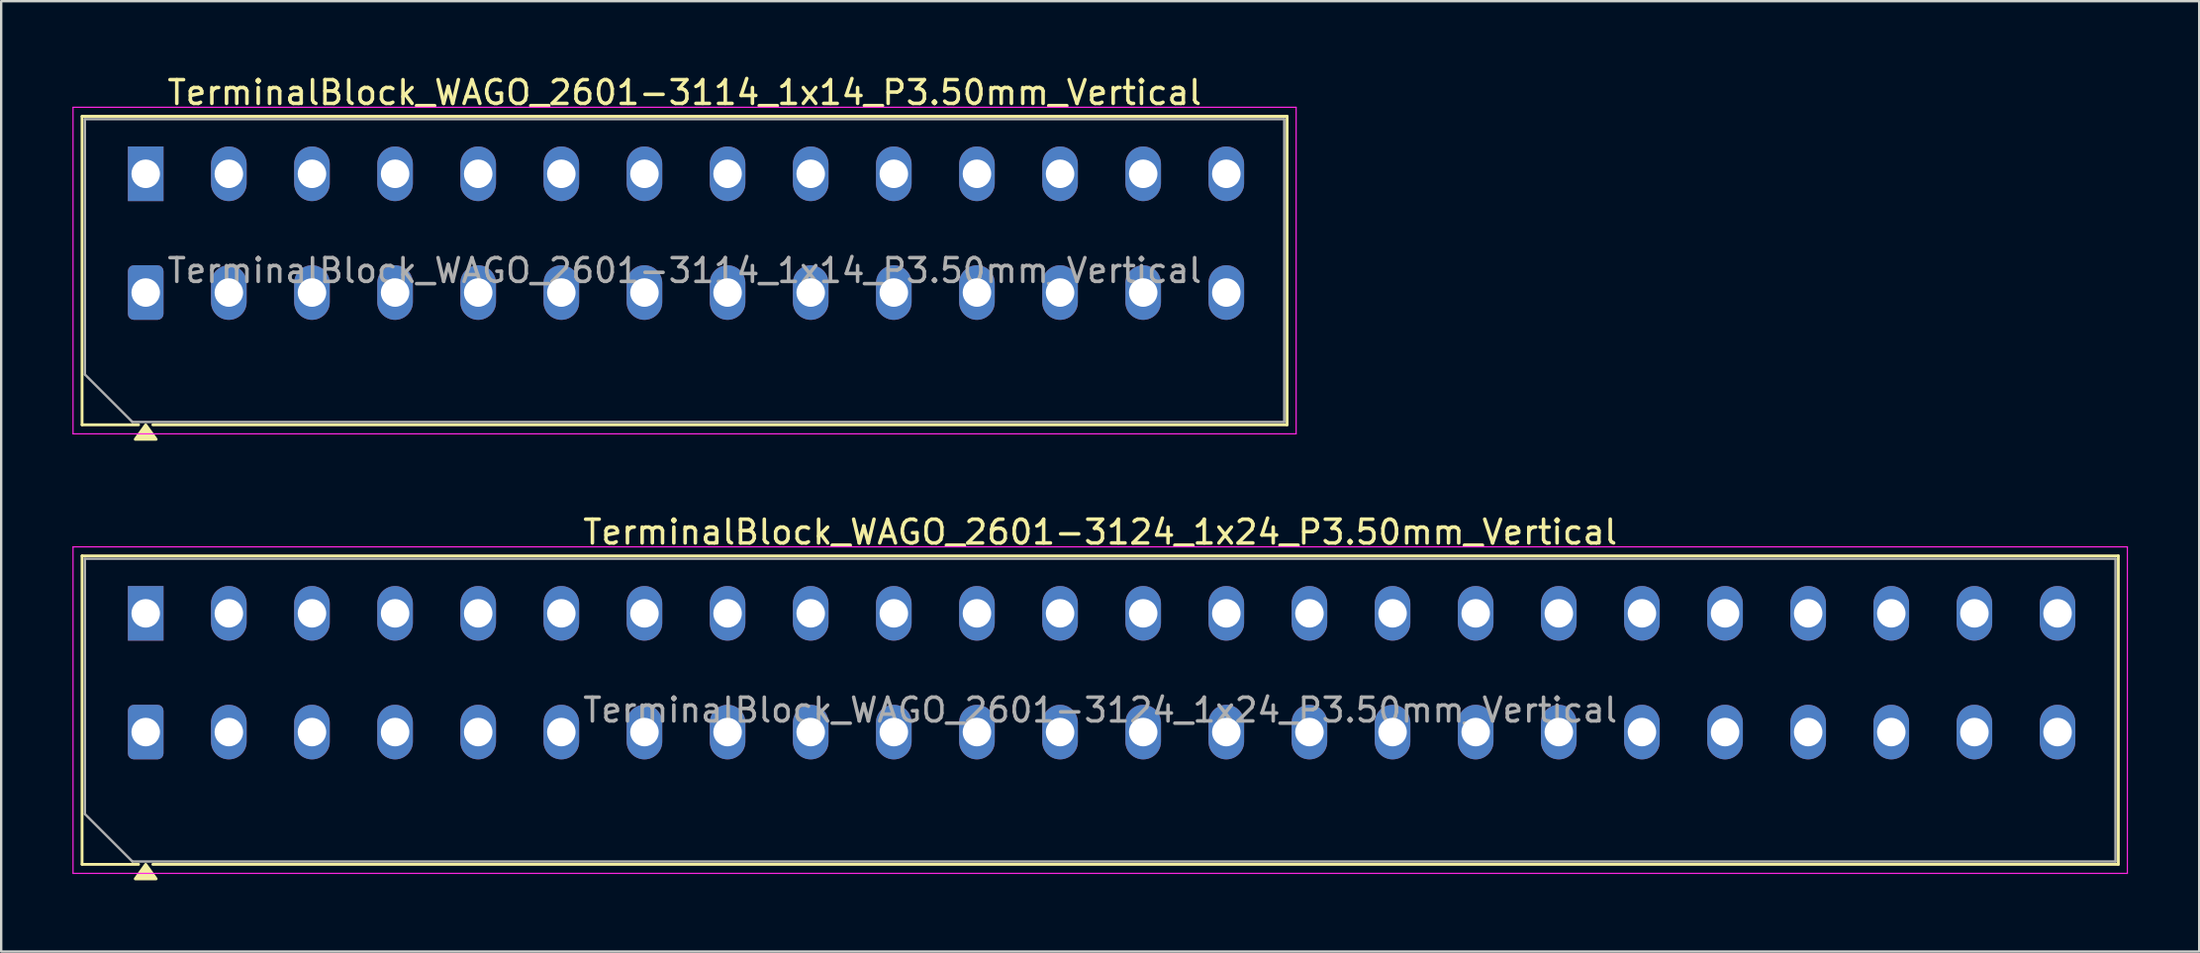
<source format=kicad_pcb>
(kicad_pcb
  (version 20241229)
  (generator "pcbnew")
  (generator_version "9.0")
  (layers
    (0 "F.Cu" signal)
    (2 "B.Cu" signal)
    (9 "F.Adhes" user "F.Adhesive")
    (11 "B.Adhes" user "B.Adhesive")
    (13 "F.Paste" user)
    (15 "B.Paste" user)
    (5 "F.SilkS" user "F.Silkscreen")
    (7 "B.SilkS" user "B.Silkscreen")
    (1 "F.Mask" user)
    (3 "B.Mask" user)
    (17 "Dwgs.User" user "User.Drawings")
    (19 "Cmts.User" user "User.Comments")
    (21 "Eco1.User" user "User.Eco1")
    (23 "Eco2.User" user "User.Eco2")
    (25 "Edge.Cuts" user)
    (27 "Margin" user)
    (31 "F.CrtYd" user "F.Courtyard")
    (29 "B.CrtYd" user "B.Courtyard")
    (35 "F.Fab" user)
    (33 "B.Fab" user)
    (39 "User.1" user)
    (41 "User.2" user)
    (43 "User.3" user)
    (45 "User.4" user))
  (footprint "TerminalBlock_WAGO_2601-3124_1x24_P3.50mm_Vertical"
    (layer "F.Cu")
    (at 3.085 27.776)
    (property "Reference" "TerminalBlock_WAGO_2601-3124_1x24_P3.50mm_Vertical" (at 40.19 -8.42 0) (layer "F.SilkS") (effects (font (size 1 1) (thickness 0.15))))
    (attr through_hole)
    (fp_line (start -2.68 -7.42) (end 83.06 -7.42) (stroke (width 0.12) (type solid)) (layer "F.SilkS"))
    (fp_line (start -2.68 5.57) (end -2.68 -7.42) (stroke (width 0.12) (type solid)) (layer "F.SilkS"))
    (fp_line (start -0.3 5.57) (end -2.68 5.57) (stroke (width 0.12) (type solid)) (layer "F.SilkS"))
    (fp_line (start 83.06 -7.42) (end 83.06 5.57) (stroke (width 0.12) (type solid)) (layer "F.SilkS"))
    (fp_line (start 83.06 5.57) (end 0.3 5.57) (stroke (width 0.12) (type solid)) (layer "F.SilkS"))
    (fp_poly (pts (xy 0 5.57) (xy 0.44 6.18) (xy -0.44 6.18)) (stroke (width 0.12) (type solid)) (fill yes) (layer "F.SilkS"))
    (fp_line (start -3.06 -7.8) (end -3.06 5.95) (stroke (width 0.05) (type solid)) (layer "F.CrtYd"))
    (fp_line (start -3.06 5.95) (end 83.44 5.95) (stroke (width 0.05) (type solid)) (layer "F.CrtYd"))
    (fp_line (start 83.44 -7.8) (end -3.06 -7.8) (stroke (width 0.05) (type solid)) (layer "F.CrtYd"))
    (fp_line (start 83.44 5.95) (end 83.44 -7.8) (stroke (width 0.05) (type solid)) (layer "F.CrtYd"))
    (fp_line (start -2.56 -7.3) (end 82.94 -7.3) (stroke (width 0.1) (type solid)) (layer "F.Fab"))
    (fp_line (start -2.56 3.45) (end -2.56 -7.3) (stroke (width 0.1) (type solid)) (layer "F.Fab"))
    (fp_line (start -0.56 5.45) (end -2.56 3.45) (stroke (width 0.1) (type solid)) (layer "F.Fab"))
    (fp_line (start 82.94 -7.3) (end 82.94 5.45) (stroke (width 0.1) (type solid)) (layer "F.Fab"))
    (fp_line (start 82.94 5.45) (end -0.56 5.45) (stroke (width 0.1) (type solid)) (layer "F.Fab"))
    (fp_text user "${REFERENCE}" (at 40.19 -0.925 0) (layer "F.Fab") (effects (font (size 1 1) (thickness 0.15))))
    (pad "1" thru_hole rect (at 0 -5) (size 1.5 2.3) (drill 1.2) (layers "*.Cu" "*.Mask"))
    (pad "1" thru_hole roundrect (at 0 0) (size 1.5 2.3) (drill 1.2) (layers "*.Cu" "*.Mask") (roundrect_rratio 0.167))
    (pad "2" thru_hole oval (at 3.5 -5) (size 1.5 2.3) (drill 1.2) (layers "*.Cu" "*.Mask"))
    (pad "2" thru_hole oval (at 3.5 0) (size 1.5 2.3) (drill 1.2) (layers "*.Cu" "*.Mask"))
    (pad "3" thru_hole oval (at 7 -5) (size 1.5 2.3) (drill 1.2) (layers "*.Cu" "*.Mask"))
    (pad "3" thru_hole oval (at 7 0) (size 1.5 2.3) (drill 1.2) (layers "*.Cu" "*.Mask"))
    (pad "4" thru_hole oval (at 10.5 -5) (size 1.5 2.3) (drill 1.2) (layers "*.Cu" "*.Mask"))
    (pad "4" thru_hole oval (at 10.5 0) (size 1.5 2.3) (drill 1.2) (layers "*.Cu" "*.Mask"))
    (pad "5" thru_hole oval (at 14 -5) (size 1.5 2.3) (drill 1.2) (layers "*.Cu" "*.Mask"))
    (pad "5" thru_hole oval (at 14 0) (size 1.5 2.3) (drill 1.2) (layers "*.Cu" "*.Mask"))
    (pad "6" thru_hole oval (at 17.5 -5) (size 1.5 2.3) (drill 1.2) (layers "*.Cu" "*.Mask"))
    (pad "6" thru_hole oval (at 17.5 0) (size 1.5 2.3) (drill 1.2) (layers "*.Cu" "*.Mask"))
    (pad "7" thru_hole oval (at 21 -5) (size 1.5 2.3) (drill 1.2) (layers "*.Cu" "*.Mask"))
    (pad "7" thru_hole oval (at 21 0) (size 1.5 2.3) (drill 1.2) (layers "*.Cu" "*.Mask"))
    (pad "8" thru_hole oval (at 24.5 -5) (size 1.5 2.3) (drill 1.2) (layers "*.Cu" "*.Mask"))
    (pad "8" thru_hole oval (at 24.5 0) (size 1.5 2.3) (drill 1.2) (layers "*.Cu" "*.Mask"))
    (pad "9" thru_hole oval (at 28 -5) (size 1.5 2.3) (drill 1.2) (layers "*.Cu" "*.Mask"))
    (pad "9" thru_hole oval (at 28 0) (size 1.5 2.3) (drill 1.2) (layers "*.Cu" "*.Mask"))
    (pad "10" thru_hole oval (at 31.5 -5) (size 1.5 2.3) (drill 1.2) (layers "*.Cu" "*.Mask"))
    (pad "10" thru_hole oval (at 31.5 0) (size 1.5 2.3) (drill 1.2) (layers "*.Cu" "*.Mask"))
    (pad "11" thru_hole oval (at 35 -5) (size 1.5 2.3) (drill 1.2) (layers "*.Cu" "*.Mask"))
    (pad "11" thru_hole oval (at 35 0) (size 1.5 2.3) (drill 1.2) (layers "*.Cu" "*.Mask"))
    (pad "12" thru_hole oval (at 38.5 -5) (size 1.5 2.3) (drill 1.2) (layers "*.Cu" "*.Mask"))
    (pad "12" thru_hole oval (at 38.5 0) (size 1.5 2.3) (drill 1.2) (layers "*.Cu" "*.Mask"))
    (pad "13" thru_hole oval (at 42 -5) (size 1.5 2.3) (drill 1.2) (layers "*.Cu" "*.Mask"))
    (pad "13" thru_hole oval (at 42 0) (size 1.5 2.3) (drill 1.2) (layers "*.Cu" "*.Mask"))
    (pad "14" thru_hole oval (at 45.5 -5) (size 1.5 2.3) (drill 1.2) (layers "*.Cu" "*.Mask"))
    (pad "14" thru_hole oval (at 45.5 0) (size 1.5 2.3) (drill 1.2) (layers "*.Cu" "*.Mask"))
    (pad "15" thru_hole oval (at 49 -5) (size 1.5 2.3) (drill 1.2) (layers "*.Cu" "*.Mask"))
    (pad "15" thru_hole oval (at 49 0) (size 1.5 2.3) (drill 1.2) (layers "*.Cu" "*.Mask"))
    (pad "16" thru_hole oval (at 52.5 -5) (size 1.5 2.3) (drill 1.2) (layers "*.Cu" "*.Mask"))
    (pad "16" thru_hole oval (at 52.5 0) (size 1.5 2.3) (drill 1.2) (layers "*.Cu" "*.Mask"))
    (pad "17" thru_hole oval (at 56 -5) (size 1.5 2.3) (drill 1.2) (layers "*.Cu" "*.Mask"))
    (pad "17" thru_hole oval (at 56 0) (size 1.5 2.3) (drill 1.2) (layers "*.Cu" "*.Mask"))
    (pad "18" thru_hole oval (at 59.5 -5) (size 1.5 2.3) (drill 1.2) (layers "*.Cu" "*.Mask"))
    (pad "18" thru_hole oval (at 59.5 0) (size 1.5 2.3) (drill 1.2) (layers "*.Cu" "*.Mask"))
    (pad "19" thru_hole oval (at 63 -5) (size 1.5 2.3) (drill 1.2) (layers "*.Cu" "*.Mask"))
    (pad "19" thru_hole oval (at 63 0) (size 1.5 2.3) (drill 1.2) (layers "*.Cu" "*.Mask"))
    (pad "20" thru_hole oval (at 66.5 -5) (size 1.5 2.3) (drill 1.2) (layers "*.Cu" "*.Mask"))
    (pad "20" thru_hole oval (at 66.5 0) (size 1.5 2.3) (drill 1.2) (layers "*.Cu" "*.Mask"))
    (pad "21" thru_hole oval (at 70 -5) (size 1.5 2.3) (drill 1.2) (layers "*.Cu" "*.Mask"))
    (pad "21" thru_hole oval (at 70 0) (size 1.5 2.3) (drill 1.2) (layers "*.Cu" "*.Mask"))
    (pad "22" thru_hole oval (at 73.5 -5) (size 1.5 2.3) (drill 1.2) (layers "*.Cu" "*.Mask"))
    (pad "22" thru_hole oval (at 73.5 0) (size 1.5 2.3) (drill 1.2) (layers "*.Cu" "*.Mask"))
    (pad "23" thru_hole oval (at 77 -5) (size 1.5 2.3) (drill 1.2) (layers "*.Cu" "*.Mask"))
    (pad "23" thru_hole oval (at 77 0) (size 1.5 2.3) (drill 1.2) (layers "*.Cu" "*.Mask"))
    (pad "24" thru_hole oval (at 80.5 -5) (size 1.5 2.3) (drill 1.2) (layers "*.Cu" "*.Mask"))
    (pad "24" thru_hole oval (at 80.5 0) (size 1.5 2.3) (drill 1.2) (layers "*.Cu" "*.Mask")))
  (footprint "TerminalBlock_WAGO_2601-3114_1x14_P3.50mm_Vertical"
    (layer "F.Cu")
    (at 3.085 9.268)
    (property "Reference" "TerminalBlock_WAGO_2601-3114_1x14_P3.50mm_Vertical" (at 22.69 -8.42 0) (layer "F.SilkS") (effects (font (size 1 1) (thickness 0.15))))
    (attr through_hole)
    (fp_line (start -2.68 -7.42) (end 48.06 -7.42) (stroke (width 0.12) (type solid)) (layer "F.SilkS"))
    (fp_line (start -2.68 5.57) (end -2.68 -7.42) (stroke (width 0.12) (type solid)) (layer "F.SilkS"))
    (fp_line (start -0.3 5.57) (end -2.68 5.57) (stroke (width 0.12) (type solid)) (layer "F.SilkS"))
    (fp_line (start 48.06 -7.42) (end 48.06 5.57) (stroke (width 0.12) (type solid)) (layer "F.SilkS"))
    (fp_line (start 48.06 5.57) (end 0.3 5.57) (stroke (width 0.12) (type solid)) (layer "F.SilkS"))
    (fp_poly (pts (xy 0 5.57) (xy 0.44 6.18) (xy -0.44 6.18)) (stroke (width 0.12) (type solid)) (fill yes) (layer "F.SilkS"))
    (fp_line (start -3.06 -7.8) (end -3.06 5.95) (stroke (width 0.05) (type solid)) (layer "F.CrtYd"))
    (fp_line (start -3.06 5.95) (end 48.44 5.95) (stroke (width 0.05) (type solid)) (layer "F.CrtYd"))
    (fp_line (start 48.44 -7.8) (end -3.06 -7.8) (stroke (width 0.05) (type solid)) (layer "F.CrtYd"))
    (fp_line (start 48.44 5.95) (end 48.44 -7.8) (stroke (width 0.05) (type solid)) (layer "F.CrtYd"))
    (fp_line (start -2.56 -7.3) (end 47.94 -7.3) (stroke (width 0.1) (type solid)) (layer "F.Fab"))
    (fp_line (start -2.56 3.45) (end -2.56 -7.3) (stroke (width 0.1) (type solid)) (layer "F.Fab"))
    (fp_line (start -0.56 5.45) (end -2.56 3.45) (stroke (width 0.1) (type solid)) (layer "F.Fab"))
    (fp_line (start 47.94 -7.3) (end 47.94 5.45) (stroke (width 0.1) (type solid)) (layer "F.Fab"))
    (fp_line (start 47.94 5.45) (end -0.56 5.45) (stroke (width 0.1) (type solid)) (layer "F.Fab"))
    (fp_text user "${REFERENCE}" (at 22.69 -0.925 0) (layer "F.Fab") (effects (font (size 1 1) (thickness 0.15))))
    (pad "1" thru_hole rect (at 0 -5) (size 1.5 2.3) (drill 1.2) (layers "*.Cu" "*.Mask"))
    (pad "1" thru_hole roundrect (at 0 0) (size 1.5 2.3) (drill 1.2) (layers "*.Cu" "*.Mask") (roundrect_rratio 0.167))
    (pad "2" thru_hole oval (at 3.5 -5) (size 1.5 2.3) (drill 1.2) (layers "*.Cu" "*.Mask"))
    (pad "2" thru_hole oval (at 3.5 0) (size 1.5 2.3) (drill 1.2) (layers "*.Cu" "*.Mask"))
    (pad "3" thru_hole oval (at 7 -5) (size 1.5 2.3) (drill 1.2) (layers "*.Cu" "*.Mask"))
    (pad "3" thru_hole oval (at 7 0) (size 1.5 2.3) (drill 1.2) (layers "*.Cu" "*.Mask"))
    (pad "4" thru_hole oval (at 10.5 -5) (size 1.5 2.3) (drill 1.2) (layers "*.Cu" "*.Mask"))
    (pad "4" thru_hole oval (at 10.5 0) (size 1.5 2.3) (drill 1.2) (layers "*.Cu" "*.Mask"))
    (pad "5" thru_hole oval (at 14 -5) (size 1.5 2.3) (drill 1.2) (layers "*.Cu" "*.Mask"))
    (pad "5" thru_hole oval (at 14 0) (size 1.5 2.3) (drill 1.2) (layers "*.Cu" "*.Mask"))
    (pad "6" thru_hole oval (at 17.5 -5) (size 1.5 2.3) (drill 1.2) (layers "*.Cu" "*.Mask"))
    (pad "6" thru_hole oval (at 17.5 0) (size 1.5 2.3) (drill 1.2) (layers "*.Cu" "*.Mask"))
    (pad "7" thru_hole oval (at 21 -5) (size 1.5 2.3) (drill 1.2) (layers "*.Cu" "*.Mask"))
    (pad "7" thru_hole oval (at 21 0) (size 1.5 2.3) (drill 1.2) (layers "*.Cu" "*.Mask"))
    (pad "8" thru_hole oval (at 24.5 -5) (size 1.5 2.3) (drill 1.2) (layers "*.Cu" "*.Mask"))
    (pad "8" thru_hole oval (at 24.5 0) (size 1.5 2.3) (drill 1.2) (layers "*.Cu" "*.Mask"))
    (pad "9" thru_hole oval (at 28 -5) (size 1.5 2.3) (drill 1.2) (layers "*.Cu" "*.Mask"))
    (pad "9" thru_hole oval (at 28 0) (size 1.5 2.3) (drill 1.2) (layers "*.Cu" "*.Mask"))
    (pad "10" thru_hole oval (at 31.5 -5) (size 1.5 2.3) (drill 1.2) (layers "*.Cu" "*.Mask"))
    (pad "10" thru_hole oval (at 31.5 0) (size 1.5 2.3) (drill 1.2) (layers "*.Cu" "*.Mask"))
    (pad "11" thru_hole oval (at 35 -5) (size 1.5 2.3) (drill 1.2) (layers "*.Cu" "*.Mask"))
    (pad "11" thru_hole oval (at 35 0) (size 1.5 2.3) (drill 1.2) (layers "*.Cu" "*.Mask"))
    (pad "12" thru_hole oval (at 38.5 -5) (size 1.5 2.3) (drill 1.2) (layers "*.Cu" "*.Mask"))
    (pad "12" thru_hole oval (at 38.5 0) (size 1.5 2.3) (drill 1.2) (layers "*.Cu" "*.Mask"))
    (pad "13" thru_hole oval (at 42 -5) (size 1.5 2.3) (drill 1.2) (layers "*.Cu" "*.Mask"))
    (pad "13" thru_hole oval (at 42 0) (size 1.5 2.3) (drill 1.2) (layers "*.Cu" "*.Mask"))
    (pad "14" thru_hole oval (at 45.5 -5) (size 1.5 2.3) (drill 1.2) (layers "*.Cu" "*.Mask"))
    (pad "14" thru_hole oval (at 45.5 0) (size 1.5 2.3) (drill 1.2) (layers "*.Cu" "*.Mask")))
  (gr_rect
    (start -3 -3)
    (end 89.55 37.017)
    (stroke (width 0.1) (type default))
    (fill no)
    (layer "Edge.Cuts")))
</source>
